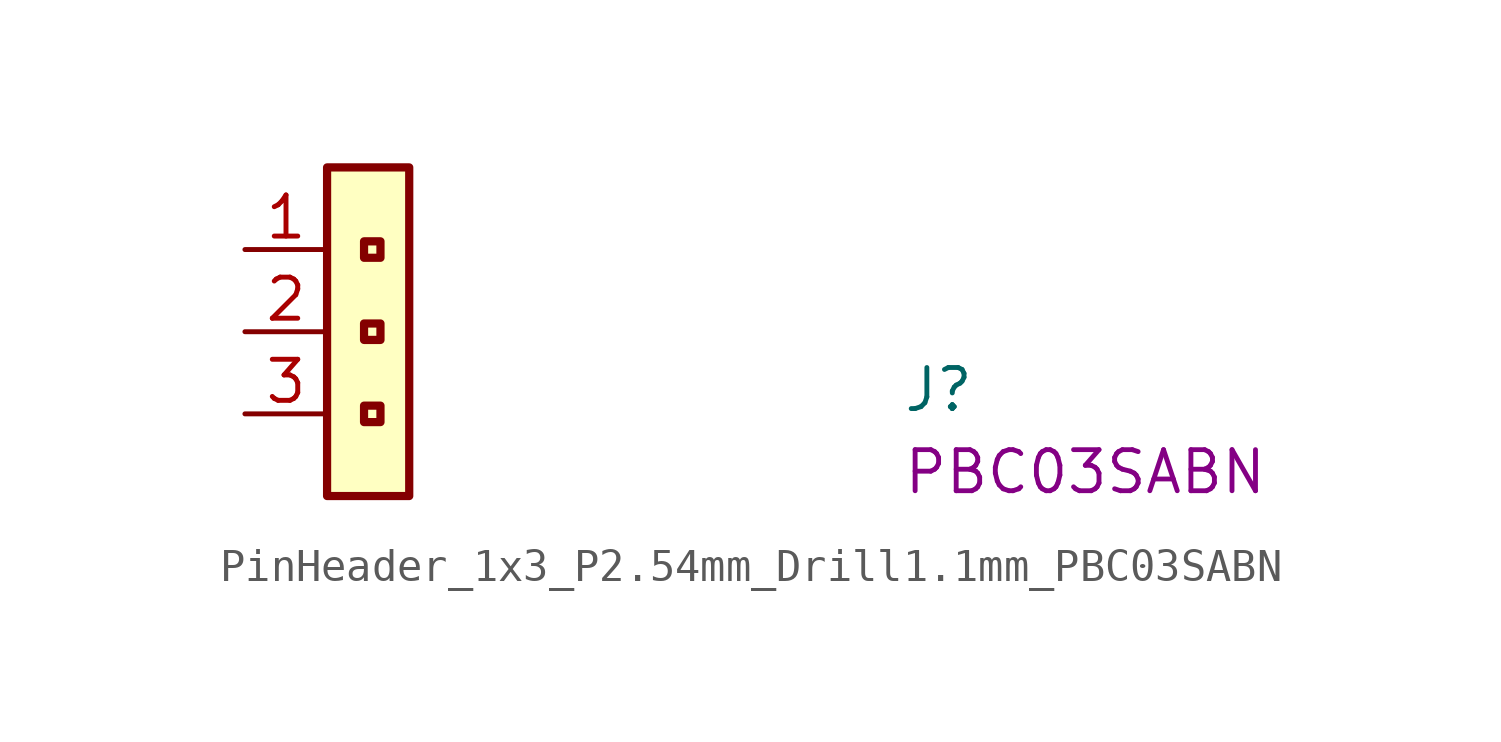
<source format=kicad_sym>
(kicad_symbol_lib
  (version 20220914)
  (generator kicad_symbol_editor)
  (symbol "PinHeader_1x3_P2.54mm_Drill1.1mm_PBC03SABN"
    (property "Reference" "J"
      (at 20.32 -5.08 0)
      (effects (font (size 1.27 1.27) (thickness 0.15)) (justify left bottom)))
    (property "MPN" "PBC03SABN"
      (at 20.32 -7.62 0)
      (effects (font (size 1.27 1.27) (thickness 0.15)) (justify left bottom)))
    (symbol "PinHeader_1x3_P2.54mm_Drill1.1mm_PBC03SABN_1_1"
      (rectangle (start 2.54 2.54) (end 5.08 -7.62) (stroke (width 0.254) (type default)) (fill (type background)))
      (rectangle (start 4.191 -5.334) (end 3.683 -4.826) (stroke (width 0.254) (type default)) (fill (type none)))
      (rectangle (start 4.191 -2.794) (end 3.683 -2.286) (stroke (width 0.254) (type default)) (fill (type none)))
      (rectangle (start 4.191 -0.254) (end 3.683 0.254) (stroke (width 0.254) (type default)) (fill (type none)))
      (pin passive line (at 0 0 0) (length 2.54) (name "~" (effects (font (size 1.27 1.27)))) (number "1" (effects (font (size 1.27 1.27)))))
      (pin passive line (at 0 -2.54 0) (length 2.54) (name "~" (effects (font (size 1.27 1.27)))) (number "2" (effects (font (size 1.27 1.27)))))
      (pin passive line (at 0 -5.08 0) (length 2.54) (name "~" (effects (font (size 1.27 1.27)))) (number "3" (effects (font (size 1.27 1.27))))))))
</source>
